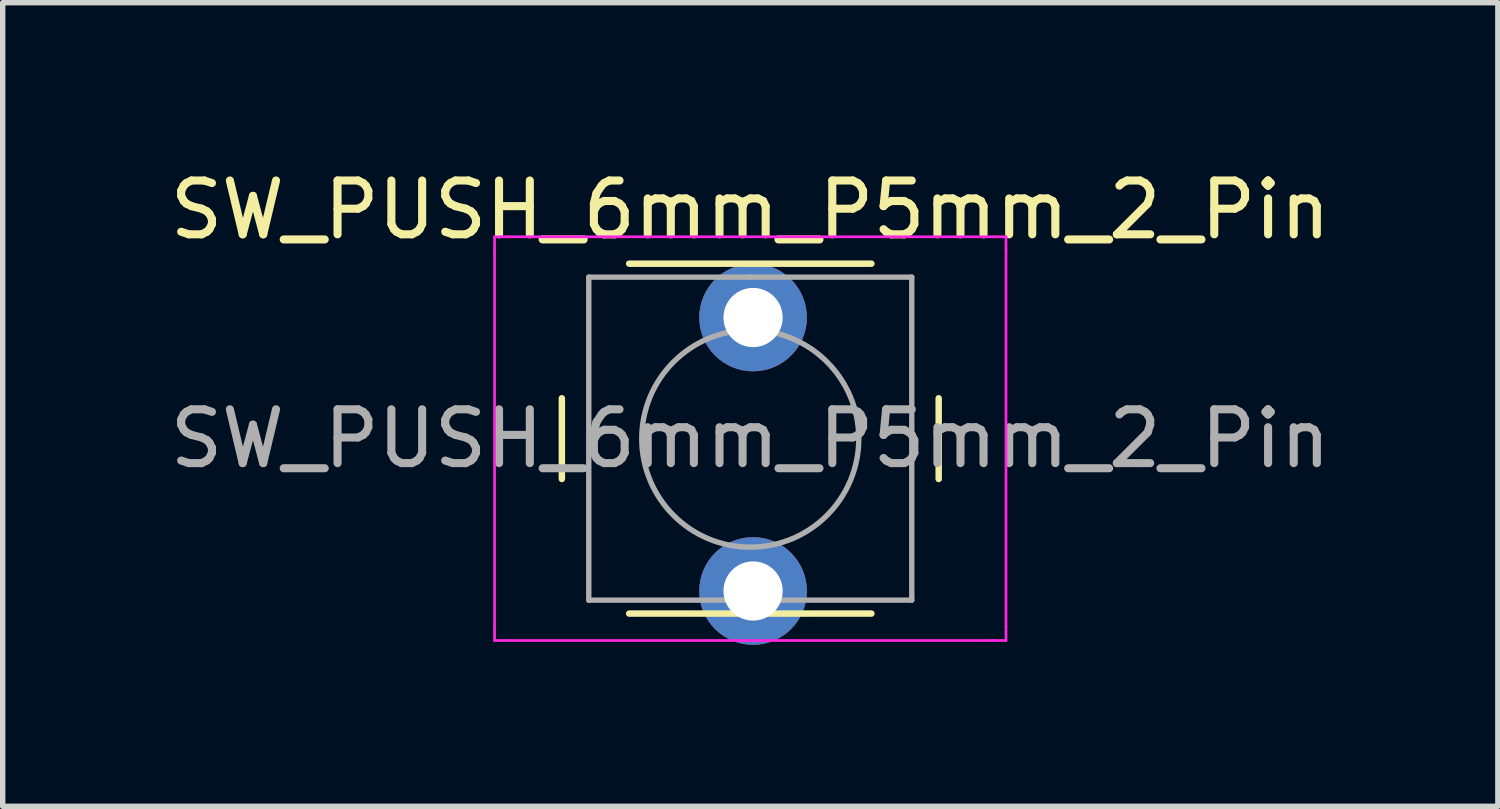
<source format=kicad_pcb>
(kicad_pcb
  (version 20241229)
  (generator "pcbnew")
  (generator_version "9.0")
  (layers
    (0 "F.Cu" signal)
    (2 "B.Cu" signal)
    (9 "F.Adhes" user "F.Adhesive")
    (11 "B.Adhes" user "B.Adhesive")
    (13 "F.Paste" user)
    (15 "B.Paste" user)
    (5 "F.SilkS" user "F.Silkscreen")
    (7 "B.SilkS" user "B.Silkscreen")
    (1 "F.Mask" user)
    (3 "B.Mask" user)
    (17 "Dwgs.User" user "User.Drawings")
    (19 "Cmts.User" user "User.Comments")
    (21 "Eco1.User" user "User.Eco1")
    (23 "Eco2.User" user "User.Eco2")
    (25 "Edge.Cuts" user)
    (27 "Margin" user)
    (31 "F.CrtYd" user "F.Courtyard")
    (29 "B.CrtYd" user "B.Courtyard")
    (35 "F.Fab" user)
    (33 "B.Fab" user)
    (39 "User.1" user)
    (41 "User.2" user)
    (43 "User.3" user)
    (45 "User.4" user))
  (footprint "SW_PUSH_6mm_P5mm_2_Pin"
    (layer "F.Cu")
    (at 8.399 2.848)
    (property "Reference" "SW_PUSH_6mm_P5mm_2_Pin" (at 2.488 -2 0) (layer "F.SilkS") (effects (font (size 1 1) (thickness 0.15))))
    (attr through_hole)
    (fp_line (start -1.012 1.5) (end -1.012 3) (stroke (width 0.12) (type solid)) (layer "F.SilkS"))
    (fp_line (start 0.238 5.5) (end 4.738 5.5) (stroke (width 0.12) (type solid)) (layer "F.SilkS"))
    (fp_line (start 4.738 -1) (end 0.238 -1) (stroke (width 0.12) (type solid)) (layer "F.SilkS"))
    (fp_line (start 5.988 3) (end 5.988 1.5) (stroke (width 0.12) (type solid)) (layer "F.SilkS"))
    (fp_line (start -2.262 -1.5) (end -2.012 -1.5) (stroke (width 0.05) (type solid)) (layer "F.CrtYd"))
    (fp_line (start -2.262 -1.25) (end -2.262 -1.5) (stroke (width 0.05) (type solid)) (layer "F.CrtYd"))
    (fp_line (start -2.262 5.75) (end -2.262 -1.25) (stroke (width 0.05) (type solid)) (layer "F.CrtYd"))
    (fp_line (start -2.262 5.75) (end -2.262 6) (stroke (width 0.05) (type solid)) (layer "F.CrtYd"))
    (fp_line (start -2.262 6) (end -2.012 6) (stroke (width 0.05) (type solid)) (layer "F.CrtYd"))
    (fp_line (start -2.012 -1.5) (end 6.988 -1.5) (stroke (width 0.05) (type solid)) (layer "F.CrtYd"))
    (fp_line (start 6.988 -1.5) (end 7.238 -1.5) (stroke (width 0.05) (type solid)) (layer "F.CrtYd"))
    (fp_line (start 6.988 6) (end -2.012 6) (stroke (width 0.05) (type solid)) (layer "F.CrtYd"))
    (fp_line (start 6.988 6) (end 7.238 6) (stroke (width 0.05) (type solid)) (layer "F.CrtYd"))
    (fp_line (start 7.238 -1.5) (end 7.238 -1.25) (stroke (width 0.05) (type solid)) (layer "F.CrtYd"))
    (fp_line (start 7.238 -1.25) (end 7.238 5.75) (stroke (width 0.05) (type solid)) (layer "F.CrtYd"))
    (fp_line (start 7.238 6) (end 7.238 5.75) (stroke (width 0.05) (type solid)) (layer "F.CrtYd"))
    (fp_line (start -0.512 -0.75) (end 2.488 -0.75) (stroke (width 0.1) (type solid)) (layer "F.Fab"))
    (fp_line (start -0.512 5.25) (end -0.512 -0.75) (stroke (width 0.1) (type solid)) (layer "F.Fab"))
    (fp_line (start 2.488 -0.75) (end 5.488 -0.75) (stroke (width 0.1) (type solid)) (layer "F.Fab"))
    (fp_line (start 5.488 -0.75) (end 5.488 5.25) (stroke (width 0.1) (type solid)) (layer "F.Fab"))
    (fp_line (start 5.488 5.25) (end -0.512 5.25) (stroke (width 0.1) (type solid)) (layer "F.Fab"))
    (fp_circle (center 2.488 2.25) (end 0.488 2.5) (stroke (width 0.1) (type solid)) (fill no) (layer "F.Fab"))
    (fp_text user "${REFERENCE}" (at 2.488 2.25 0) (layer "F.Fab") (effects (font (size 1 1) (thickness 0.15))))
    (pad "1" thru_hole circle (at 2.54 0 90) (size 2 2) (drill 1.1) (layers "*.Cu" "*.Mask"))
    (pad "2" thru_hole circle (at 2.54 5.08 90) (size 2 2) (drill 1.1) (layers "*.Cu" "*.Mask")))
  (gr_rect
    (start -3 -3)
    (end 24.774 11.928)
    (stroke (width 0.1) (type default))
    (fill no)
    (layer "Edge.Cuts")))
</source>
